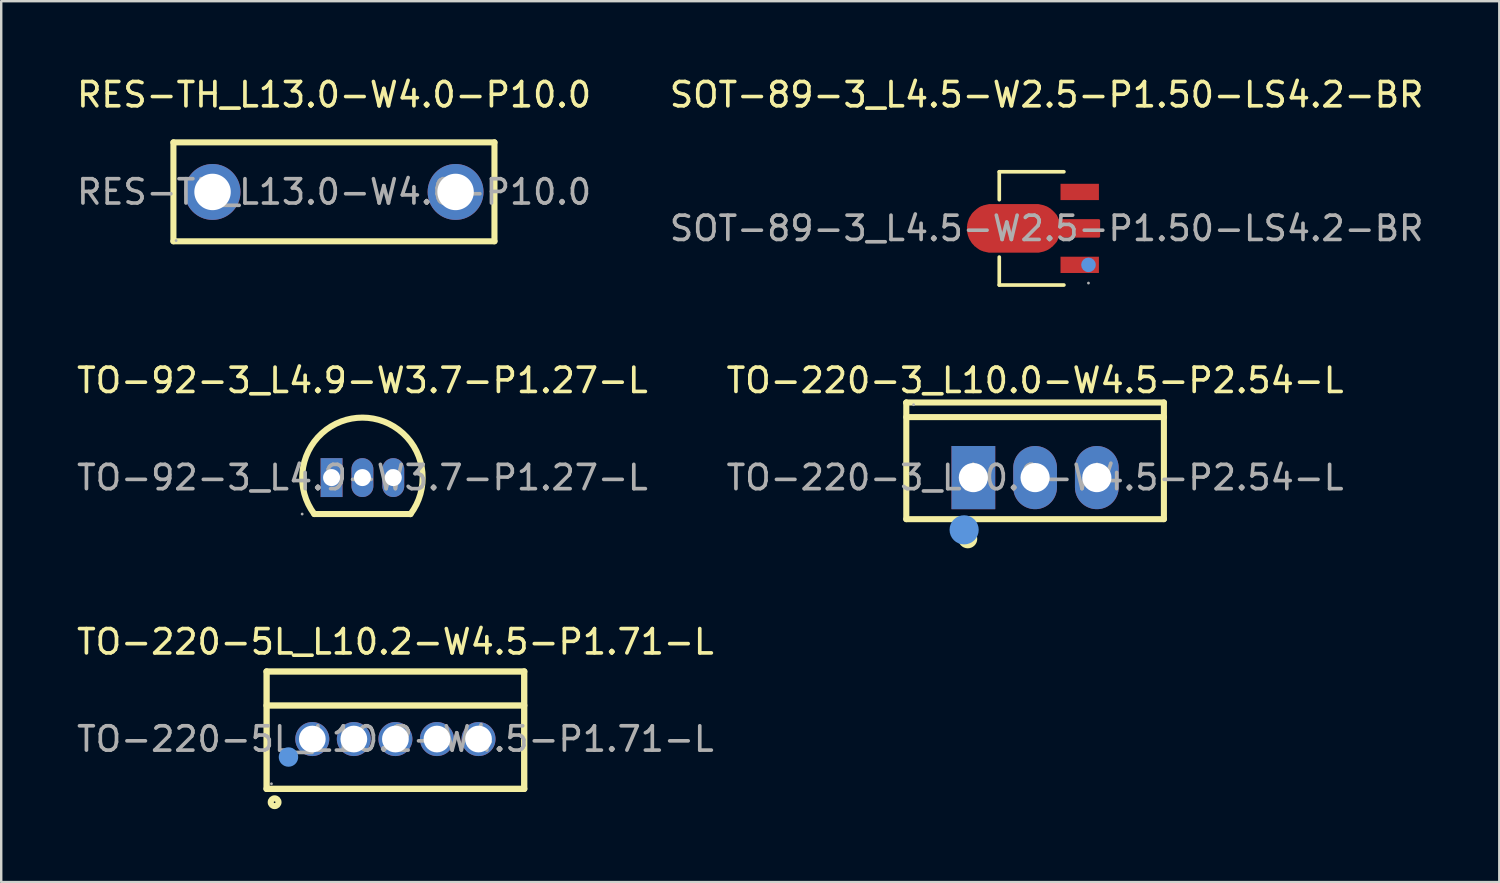
<source format=kicad_pcb>
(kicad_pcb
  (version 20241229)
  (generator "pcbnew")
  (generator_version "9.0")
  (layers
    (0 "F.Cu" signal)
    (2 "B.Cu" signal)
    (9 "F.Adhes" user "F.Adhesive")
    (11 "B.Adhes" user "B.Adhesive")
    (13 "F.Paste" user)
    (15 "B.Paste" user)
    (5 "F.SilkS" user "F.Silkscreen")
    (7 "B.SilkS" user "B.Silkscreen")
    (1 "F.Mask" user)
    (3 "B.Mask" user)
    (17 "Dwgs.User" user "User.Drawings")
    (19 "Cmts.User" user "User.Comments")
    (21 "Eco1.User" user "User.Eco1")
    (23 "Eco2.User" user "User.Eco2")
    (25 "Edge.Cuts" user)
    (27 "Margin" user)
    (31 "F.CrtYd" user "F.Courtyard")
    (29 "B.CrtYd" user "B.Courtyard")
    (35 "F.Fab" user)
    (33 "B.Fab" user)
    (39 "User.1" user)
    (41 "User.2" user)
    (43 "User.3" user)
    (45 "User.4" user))
  (footprint "RES-TH_L13.0-W4.0-P10.0"
    (layer "F.Cu")
    (at 10.696 4.848)
    (property "Reference" "RES-TH_L13.0-W4.0-P10.0" (at 0 -4 0) (layer "F.SilkS") (effects (font (size 1 1) (thickness 0.15))))
    (attr through_hole)
    (fp_line (start -6.61 -2.04) (end 6.6 -2.04) (stroke (width 0.25) (type solid)) (layer "F.SilkS"))
    (fp_line (start -6.61 2.03) (end -6.61 -2.04) (stroke (width 0.25) (type solid)) (layer "F.SilkS"))
    (fp_line (start 6.6 -2.04) (end 6.6 2.03) (stroke (width 0.25) (type solid)) (layer "F.SilkS"))
    (fp_line (start 6.6 2.03) (end -6.61 2.03) (stroke (width 0.25) (type solid)) (layer "F.SilkS"))
    (fp_circle (center -6.5 2) (end -6.47 2) (stroke (width 0.06) (type solid)) (fill no) (layer "F.Fab"))
    (fp_text user "${REFERENCE}" (at 0 0 0) (layer "F.Fab") (effects (font (size 1 1) (thickness 0.15))))
    (pad "1" thru_hole circle (at -5 0) (size 2.3 2.3) (drill 1.5) (layers "*.Cu" "*.Mask"))
    (pad "2" thru_hole circle (at 5 0) (size 2.3 2.3) (drill 1.5) (layers "*.Cu" "*.Mask")))
  (footprint "TO-92-3_L4.9-W3.7-P1.27-L"
    (layer "F.Cu")
    (at 11.863 16.602)
    (property "Reference" "TO-92-3_L4.9-W3.7-P1.27-L" (at 0 -4 0) (layer "F.SilkS") (effects (font (size 1 1) (thickness 0.15))))
    (attr smd)
    (fp_line (start 1.98 1.5) (end -1.98 1.5) (stroke (width 0.25) (type solid)) (layer "F.SilkS"))
    (fp_arc (start -1.98 1.5) (mid 0.002708 -2.468002) (end 1.976739 1.504324) (stroke (width 0.25) (type solid)) (layer "F.SilkS"))
    (fp_circle (center -2.48 1.5) (end -2.45 1.5) (stroke (width 0.06) (type solid)) (fill no) (layer "F.Fab"))
    (fp_text user "${REFERENCE}" (at 0 0 0) (layer "F.Fab") (effects (font (size 1 1) (thickness 0.15))))
    (pad "1" thru_hole rect (at -1.27 0) (size 0.9 1.6) (drill 0.7) (layers "*.Cu" "*.Mask"))
    (pad "2" thru_hole oval (at 0 0) (size 0.9 1.6) (drill 0.7) (layers "*.Cu" "*.Mask"))
    (pad "3" thru_hole oval (at 1.27 0) (size 0.9 1.6) (drill 0.7) (layers "*.Cu" "*.Mask")))
  (footprint "TO-220-5L_L10.2-W4.5-P1.71-L"
    (layer "F.Cu")
    (at 13.22 27.36)
    (property "Reference" "TO-220-5L_L10.2-W4.5-P1.71-L" (at 0 -4 0) (layer "F.SilkS") (effects (font (size 1 1) (thickness 0.15))))
    (attr smd)
    (fp_line (start -5.3 -2.78) (end -5.3 2.05) (stroke (width 0.26) (type solid)) (layer "F.SilkS"))
    (fp_line (start -5.3 2.05) (end 5.3 2.05) (stroke (width 0.26) (type solid)) (layer "F.SilkS"))
    (fp_line (start 5.3 -2.78) (end -5.3 -2.78) (stroke (width 0.26) (type solid)) (layer "F.SilkS"))
    (fp_line (start 5.3 -1.38) (end -5.3 -1.38) (stroke (width 0.26) (type solid)) (layer "F.SilkS"))
    (fp_line (start 5.3 2.05) (end 5.3 -2.78) (stroke (width 0.26) (type solid)) (layer "F.SilkS"))
    (fp_circle (center -4.97 2.6) (end -4.81 2.6) (stroke (width 0.25) (type solid)) (fill no) (layer "F.SilkS"))
    (fp_circle (center -4.4 0.74) (end -4.2 0.74) (stroke (width 0.4) (type solid)) (fill no) (layer "Cmts.User"))
    (fp_circle (center -5.1 1.84) (end -5.07 1.84) (stroke (width 0.06) (type solid)) (fill no) (layer "F.Fab"))
    (fp_text user "${REFERENCE}" (at 0 0 0) (layer "F.Fab") (effects (font (size 1 1) (thickness 0.15))))
    (pad "1" thru_hole circle (at -3.42 0 180) (size 1.4 1.4) (drill 1.1) (layers "*.Cu" "*.Mask"))
    (pad "2" thru_hole circle (at -1.71 0 180) (size 1.4 1.4) (drill 1.1) (layers "*.Cu" "*.Mask"))
    (pad "3" thru_hole circle (at 0 0 180) (size 1.4 1.4) (drill 1.1) (layers "*.Cu" "*.Mask"))
    (pad "4" thru_hole circle (at 1.71 0 180) (size 1.4 1.4) (drill 1.1) (layers "*.Cu" "*.Mask"))
    (pad "5" thru_hole circle (at 3.42 0 180) (size 1.4 1.4) (drill 1.1) (layers "*.Cu" "*.Mask")))
  (footprint "TO-220-3_L10.0-W4.5-P2.54-L"
    (layer "F.Cu")
    (at 39.542 16.602)
    (property "Reference" "TO-220-3_L10.0-W4.5-P2.54-L" (at 0 -4 0) (layer "F.SilkS") (effects (font (size 1 1) (thickness 0.15))))
    (attr smd)
    (fp_line (start -5.3 -3.09) (end 5.3 -3.09) (stroke (width 0.25) (type solid)) (layer "F.SilkS"))
    (fp_line (start -5.3 -3.08) (end -5.3 -3.09) (stroke (width 0.25) (type solid)) (layer "F.SilkS"))
    (fp_line (start -5.3 1.71) (end -5.3 -3.08) (stroke (width 0.25) (type solid)) (layer "F.SilkS"))
    (fp_line (start 5.3 -3.09) (end 5.3 1.71) (stroke (width 0.25) (type solid)) (layer "F.SilkS"))
    (fp_line (start 5.3 -2.49) (end -5.3 -2.49) (stroke (width 0.25) (type solid)) (layer "F.SilkS"))
    (fp_line (start 5.3 1.71) (end -5.3 1.71) (stroke (width 0.25) (type solid)) (layer "F.SilkS"))
    (fp_arc (start -2.76 2.33) (mid -2.775239 2.710191) (end -2.769526 2.329738) (stroke (width 0.4) (type solid)) (layer "F.SilkS"))
    (fp_circle (center -2.92 2.15) (end -2.62 2.15) (stroke (width 0.6) (type solid)) (fill no) (layer "Cmts.User"))
    (fp_circle (center -5 -3) (end -4.97 -3) (stroke (width 0.06) (type solid)) (fill no) (layer "F.Fab"))
    (fp_text user "${REFERENCE}" (at 0 0 0) (layer "F.Fab") (effects (font (size 1 1) (thickness 0.15))))
    (pad "1" thru_hole rect (at -2.54 0) (size 1.8 2.6) (drill 1.2) (layers "*.Cu" "*.Mask"))
    (pad "2" thru_hole oval (at 0 0) (size 1.8 2.6) (drill 1.2) (layers "*.Cu" "*.Mask"))
    (pad "3" thru_hole oval (at 2.54 0) (size 1.8 2.6) (drill 1.2) (layers "*.Cu" "*.Mask")))
  (footprint "SOT-89-3_L4.5-W2.5-P1.50-LS4.2-BR"
    (layer "F.Cu")
    (at 40.018 6.348)
    (property "Reference" "SOT-89-3_L4.5-W2.5-P1.50-LS4.2-BR" (at 0 -5.5 0) (layer "F.SilkS") (effects (font (size 1 1) (thickness 0.15))))
    (attr smd)
    (fp_line (start -1.95 -2.33) (end -1.95 -1.18) (stroke (width 0.15) (type solid)) (layer "F.SilkS"))
    (fp_line (start -1.95 2.33) (end -1.95 1.18) (stroke (width 0.15) (type solid)) (layer "F.SilkS"))
    (fp_line (start 0.71 -2.33) (end -1.95 -2.33) (stroke (width 0.15) (type solid)) (layer "F.SilkS"))
    (fp_line (start 0.71 2.33) (end -1.95 2.33) (stroke (width 0.15) (type solid)) (layer "F.SilkS"))
    (fp_circle (center 1.72 1.5) (end 1.87 1.5) (stroke (width 0.3) (type solid)) (fill no) (layer "Cmts.User"))
    (fp_circle (center 1.72 2.25) (end 1.75 2.25) (stroke (width 0.06) (type solid)) (fill no) (layer "F.Fab"))
    (fp_text user "${REFERENCE}" (at 0 0 0) (layer "F.Fab") (effects (font (size 1 1) (thickness 0.15))))
    (pad "1" smd rect (at 1.36 1.5) (size 1.58 0.67) (layers "F.Cu" "F.Mask" "F.Paste"))
    (pad "2" smd custom (at -1.36 0) (size 0.01 0.01) (layers "F.Cu" "F.Mask" "F.Paste") (options (anchor circle)) (primitives (gr_poly (pts (xy -0.92 -0.95) (xy 0.93 -0.95) (xy 0.98 -0.95) (xy 1.02 -0.95) (xy 1.07 -0.94) (xy 1.11 -0.93) (xy 1.16 -0.92) (xy 1.2 -0.91) (xy 1.24 -0.9) (xy 1.28 -0.88) (xy 1.32 -0.87) (xy 1.36 -0.85) (xy 1.4 -0.83) (xy 1.44 -0.8) (xy 1.48 -0.78) (xy 1.51 -0.75) (xy 1.55 -0.72) (xy 1.58 -0.69) (xy 1.61 -0.66) (xy 1.64 -0.63) (xy 1.67 -0.6) (xy 1.7 -0.56) (xy 1.73 -0.53) (xy 1.75 -0.49) (xy 1.77 -0.45) (xy 1.79 -0.41) (xy 1.81 -0.33) (xy 3.51 -0.33) (xy 3.51 0.33) (xy 1.81 0.33) (xy 1.79 0.41) (xy 1.77 0.45) (xy 1.75 0.49) (xy 1.73 0.53) (xy 1.7 0.56) (xy 1.67 0.6) (xy 1.64 0.63) (xy 1.61 0.66) (xy 1.58 0.7) (xy 1.55 0.72) (xy 1.51 0.75) (xy 1.48 0.78) (xy 1.44 0.8) (xy 1.4 0.83) (xy 1.36 0.85) (xy 1.32 0.87) (xy 1.28 0.88) (xy 1.24 0.9) (xy 1.2 0.91) (xy 1.16 0.92) (xy 1.11 0.93) (xy 1.07 0.94) (xy 1.02 0.95) (xy 0.98 0.95) (xy 0.93 0.95) (xy -0.92 0.95) (xy -0.96 0.95) (xy -1.01 0.95) (xy -1.05 0.94) (xy -1.1 0.93) (xy -1.14 0.92) (xy -1.18 0.91) (xy -1.23 0.9) (xy -1.27 0.88) (xy -1.31 0.87) (xy -1.35 0.85) (xy -1.39 0.83) (xy -1.43 0.8) (xy -1.46 0.78) (xy -1.5 0.75) (xy -1.53 0.72) (xy -1.57 0.7) (xy -1.6 0.66) (xy -1.63 0.63) (xy -1.66 0.6) (xy -1.69 0.56) (xy -1.71 0.53) (xy -1.73 0.49) (xy -1.76 0.45) (xy -1.78 0.41) (xy -1.8 0.37) (xy -1.81 0.33) (xy -1.83 0.29) (xy -1.84 0.24) (xy -1.85 0.2) (xy -1.86 0.16) (xy -1.86 0.11) (xy -1.87 0.07) (xy -1.87 0.02) (xy -1.87 -0.02) (xy -1.87 -0.07) (xy -1.86 -0.11) (xy -1.86 -0.15) (xy -1.85 -0.2) (xy -1.84 -0.24) (xy -1.83 -0.28) (xy -1.81 -0.33) (xy -1.8 -0.37) (xy -1.78 -0.41) (xy -1.76 -0.45) (xy -1.73 -0.49) (xy -1.71 -0.53) (xy -1.69 -0.56) (xy -1.66 -0.6) (xy -1.63 -0.63) (xy -1.6 -0.66) (xy -1.57 -0.69) (xy -1.53 -0.72) (xy -1.5 -0.75) (xy -1.46 -0.78) (xy -1.43 -0.8) (xy -1.39 -0.83) (xy -1.35 -0.85) (xy -1.31 -0.87) (xy -1.27 -0.88) (xy -1.23 -0.9) (xy -1.18 -0.91) (xy -1.14 -0.92) (xy -1.1 -0.93) (xy -1.05 -0.94) (xy -1.01 -0.95) (xy -0.96 -0.95) (xy -0.92 -0.95)) (width 0.1) (fill yes))))
    (pad "3" smd rect (at 1.36 -1.5) (size 1.58 0.67) (layers "F.Cu" "F.Mask" "F.Paste")))
  (gr_rect
    (start -3 -3)
    (end 58.643 33.245)
    (stroke (width 0.1) (type default))
    (fill no)
    (layer "Edge.Cuts")))
</source>
